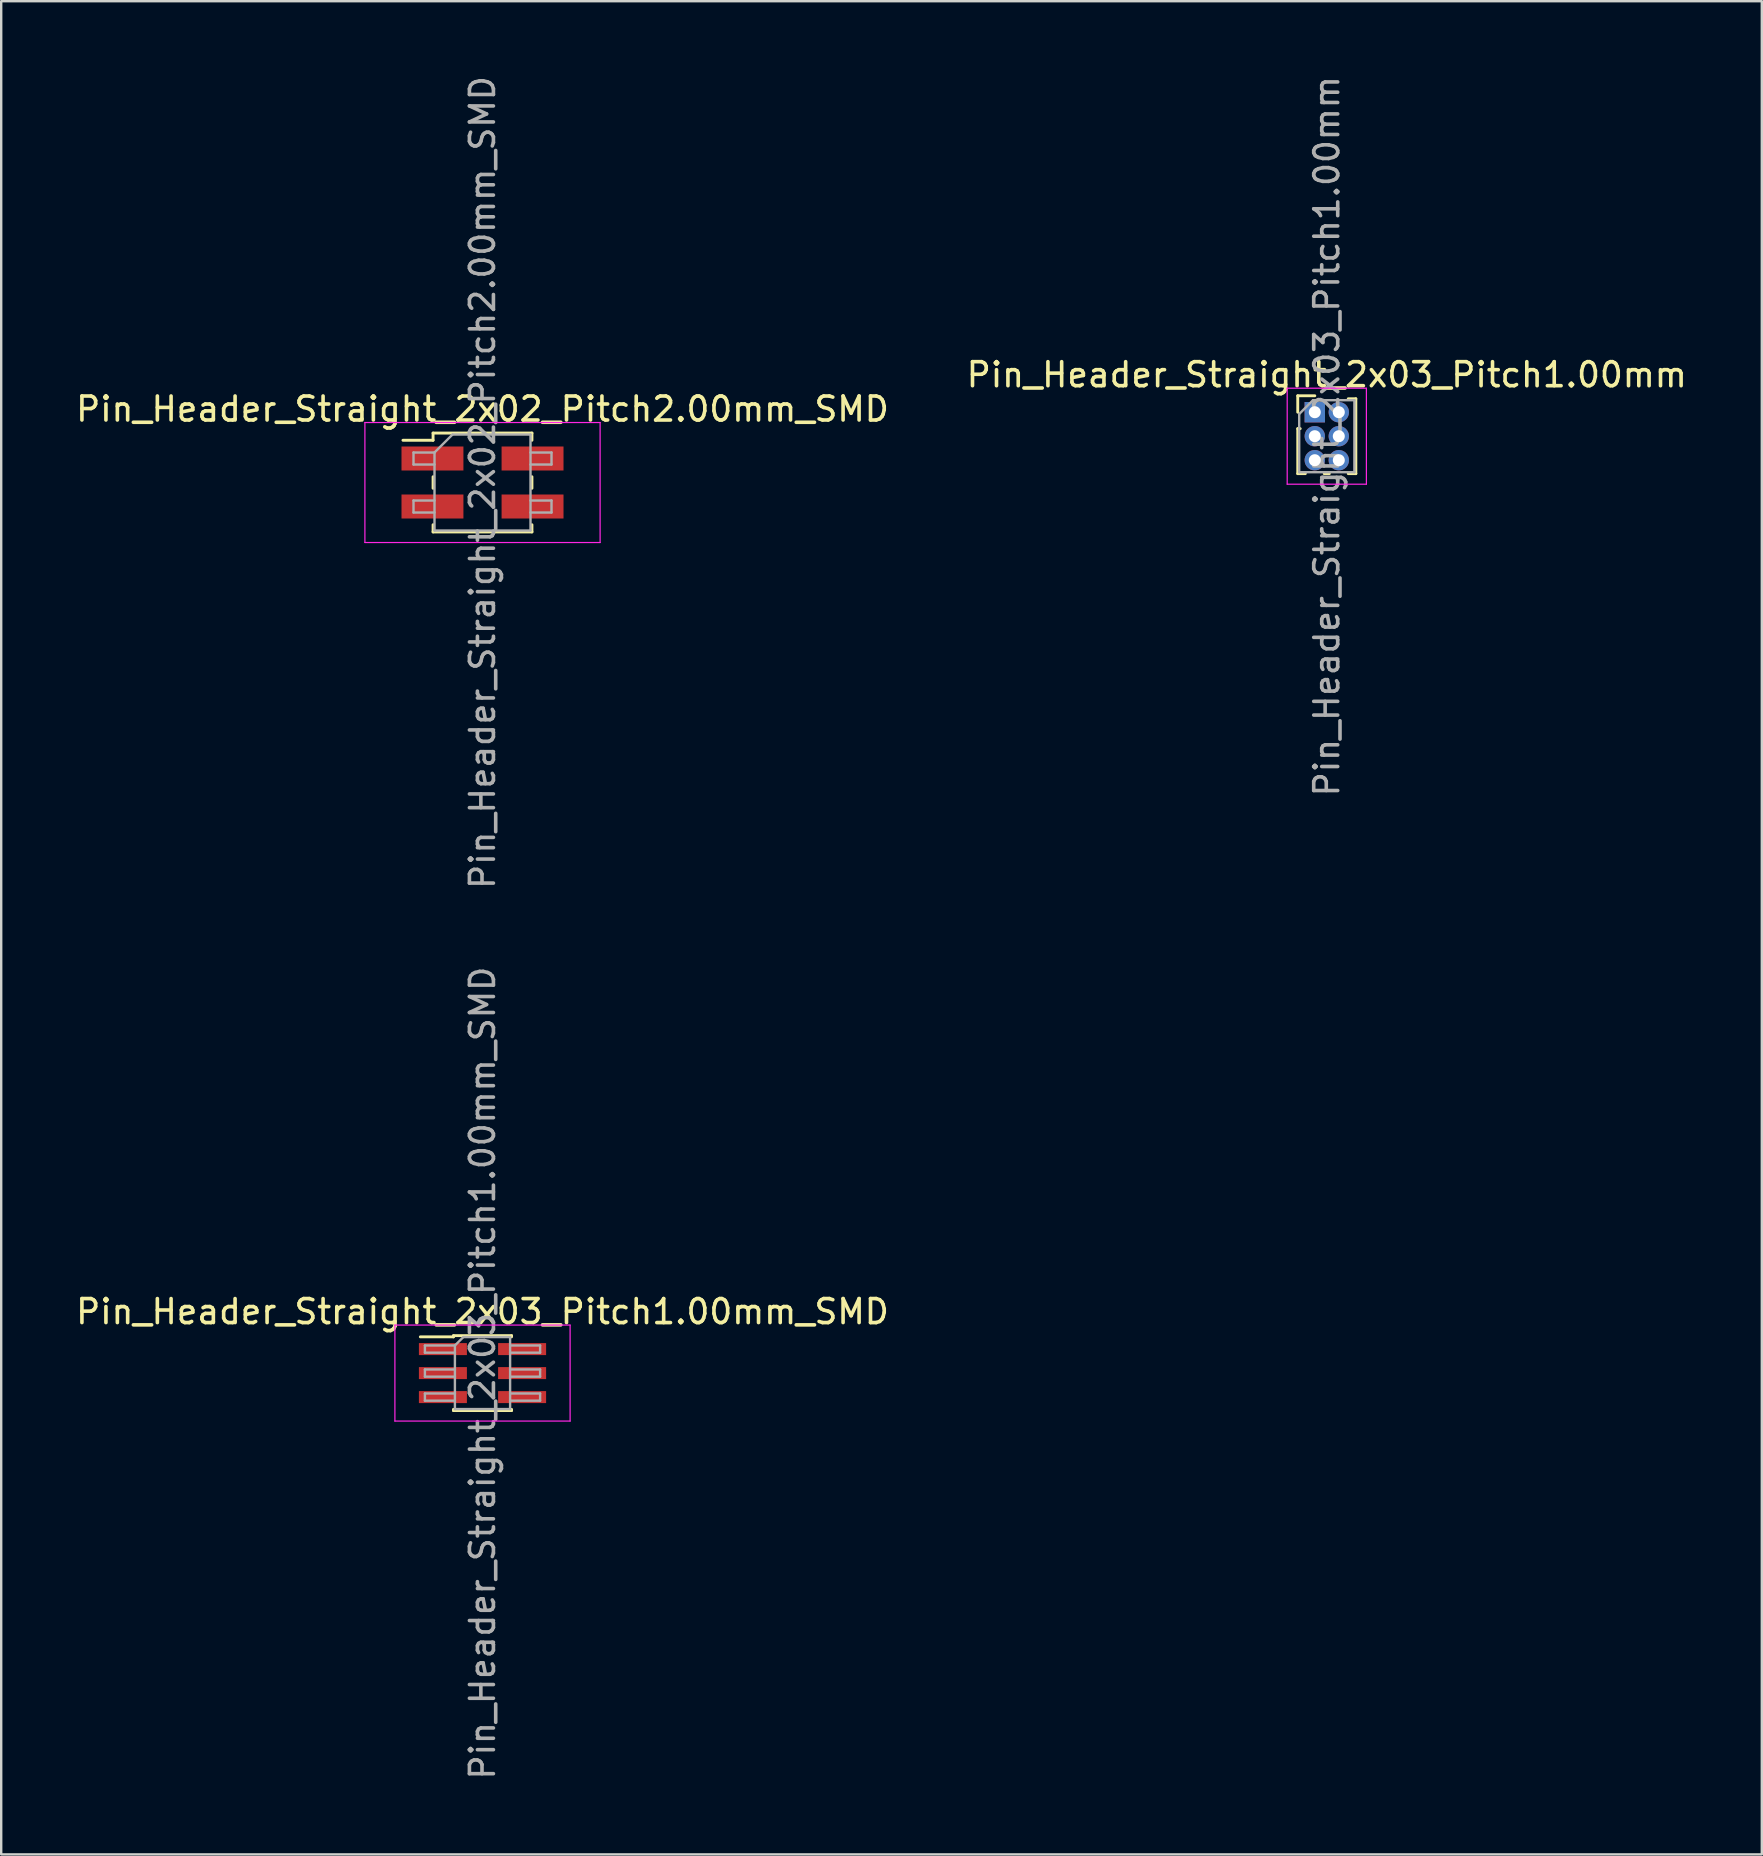
<source format=kicad_pcb>
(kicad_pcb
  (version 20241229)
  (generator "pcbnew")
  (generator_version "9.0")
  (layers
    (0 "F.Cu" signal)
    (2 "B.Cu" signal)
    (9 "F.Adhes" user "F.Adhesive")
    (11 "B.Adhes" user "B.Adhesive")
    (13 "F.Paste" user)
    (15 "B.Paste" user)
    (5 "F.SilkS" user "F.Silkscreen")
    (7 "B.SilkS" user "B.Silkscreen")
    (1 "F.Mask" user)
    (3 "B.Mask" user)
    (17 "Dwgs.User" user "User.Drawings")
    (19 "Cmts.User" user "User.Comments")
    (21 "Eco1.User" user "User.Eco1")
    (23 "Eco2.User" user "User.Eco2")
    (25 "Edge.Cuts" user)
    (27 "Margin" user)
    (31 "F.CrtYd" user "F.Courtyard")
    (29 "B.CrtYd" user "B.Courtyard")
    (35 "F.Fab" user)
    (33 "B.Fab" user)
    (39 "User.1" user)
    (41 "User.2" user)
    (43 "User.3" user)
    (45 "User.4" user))
  (footprint "Pin_Header_Straight_2x02_Pitch2.00mm_SMD"
    (layer "F.Cu")
    (at 17.054 17.054)
    (property "Reference" "Pin_Header_Straight_2x02_Pitch2.00mm_SMD" (at 0 -3.06 0) (layer "F.SilkS") (effects (font (size 1 1) (thickness 0.15))))
    (attr smd)
    (fp_line (start -3.315 -1.76) (end -2.06 -1.76) (stroke (width 0.12) (type solid)) (layer "F.SilkS"))
    (fp_line (start -2.06 -2.06) (end -2.06 -1.76) (stroke (width 0.12) (type solid)) (layer "F.SilkS"))
    (fp_line (start -2.06 -2.06) (end 2.06 -2.06) (stroke (width 0.12) (type solid)) (layer "F.SilkS"))
    (fp_line (start -2.06 -0.24) (end -2.06 0.24) (stroke (width 0.12) (type solid)) (layer "F.SilkS"))
    (fp_line (start -2.06 1.76) (end -2.06 2.06) (stroke (width 0.12) (type solid)) (layer "F.SilkS"))
    (fp_line (start -2.06 2.06) (end 2.06 2.06) (stroke (width 0.12) (type solid)) (layer "F.SilkS"))
    (fp_line (start 2.06 -2.06) (end 2.06 -1.76) (stroke (width 0.12) (type solid)) (layer "F.SilkS"))
    (fp_line (start 2.06 -0.24) (end 2.06 0.24) (stroke (width 0.12) (type solid)) (layer "F.SilkS"))
    (fp_line (start 2.06 1.76) (end 2.06 2.06) (stroke (width 0.12) (type solid)) (layer "F.SilkS"))
    (fp_line (start -4.9 -2.5) (end -4.9 2.5) (stroke (width 0.05) (type solid)) (layer "F.CrtYd"))
    (fp_line (start -4.9 2.5) (end 4.9 2.5) (stroke (width 0.05) (type solid)) (layer "F.CrtYd"))
    (fp_line (start 4.9 -2.5) (end -4.9 -2.5) (stroke (width 0.05) (type solid)) (layer "F.CrtYd"))
    (fp_line (start 4.9 2.5) (end 4.9 -2.5) (stroke (width 0.05) (type solid)) (layer "F.CrtYd"))
    (fp_line (start -2.875 -1.25) (end -2.875 -0.75) (stroke (width 0.1) (type solid)) (layer "F.Fab"))
    (fp_line (start -2.875 -0.75) (end -2 -0.75) (stroke (width 0.1) (type solid)) (layer "F.Fab"))
    (fp_line (start -2.875 0.75) (end -2.875 1.25) (stroke (width 0.1) (type solid)) (layer "F.Fab"))
    (fp_line (start -2.875 1.25) (end -2 1.25) (stroke (width 0.1) (type solid)) (layer "F.Fab"))
    (fp_line (start -2 -1.25) (end -2.875 -1.25) (stroke (width 0.1) (type solid)) (layer "F.Fab"))
    (fp_line (start -2 -1.25) (end -1.25 -2) (stroke (width 0.1) (type solid)) (layer "F.Fab"))
    (fp_line (start -2 0.75) (end -2.875 0.75) (stroke (width 0.1) (type solid)) (layer "F.Fab"))
    (fp_line (start -2 2) (end -2 -1.25) (stroke (width 0.1) (type solid)) (layer "F.Fab"))
    (fp_line (start -1.25 -2) (end 2 -2) (stroke (width 0.1) (type solid)) (layer "F.Fab"))
    (fp_line (start 2 -2) (end 2 2) (stroke (width 0.1) (type solid)) (layer "F.Fab"))
    (fp_line (start 2 -1.25) (end 2.875 -1.25) (stroke (width 0.1) (type solid)) (layer "F.Fab"))
    (fp_line (start 2 0.75) (end 2.875 0.75) (stroke (width 0.1) (type solid)) (layer "F.Fab"))
    (fp_line (start 2 2) (end -2 2) (stroke (width 0.1) (type solid)) (layer "F.Fab"))
    (fp_line (start 2.875 -1.25) (end 2.875 -0.75) (stroke (width 0.1) (type solid)) (layer "F.Fab"))
    (fp_line (start 2.875 -0.75) (end 2 -0.75) (stroke (width 0.1) (type solid)) (layer "F.Fab"))
    (fp_line (start 2.875 0.75) (end 2.875 1.25) (stroke (width 0.1) (type solid)) (layer "F.Fab"))
    (fp_line (start 2.875 1.25) (end 2 1.25) (stroke (width 0.1) (type solid)) (layer "F.Fab"))
    (fp_text user "${REFERENCE}" (at 0 0 90) (layer "F.Fab") (effects (font (size 1 1) (thickness 0.15))))
    (pad "1" smd rect (at -2.085 -1) (size 2.58 1) (layers "F.Cu" "F.Mask" "F.Paste"))
    (pad "2" smd rect (at 2.085 -1) (size 2.58 1) (layers "F.Cu" "F.Mask" "F.Paste"))
    (pad "3" smd rect (at -2.085 1) (size 2.58 1) (layers "F.Cu" "F.Mask" "F.Paste"))
    (pad "4" smd rect (at 2.085 1) (size 2.58 1) (layers "F.Cu" "F.Mask" "F.Paste")))
  (footprint "Pin_Header_Straight_2x03_Pitch1.00mm_SMD"
    (layer "F.Cu")
    (at 17.054 54.161)
    (property "Reference" "Pin_Header_Straight_2x03_Pitch1.00mm_SMD" (at 0 -2.56 0) (layer "F.SilkS") (effects (font (size 1 1) (thickness 0.15))))
    (attr smd)
    (fp_line (start -2.59 -1.51) (end -1.21 -1.51) (stroke (width 0.12) (type solid)) (layer "F.SilkS"))
    (fp_line (start -1.21 -1.56) (end -1.21 -1.51) (stroke (width 0.12) (type solid)) (layer "F.SilkS"))
    (fp_line (start -1.21 -1.56) (end 1.21 -1.56) (stroke (width 0.12) (type solid)) (layer "F.SilkS"))
    (fp_line (start -1.21 1.51) (end -1.21 1.56) (stroke (width 0.12) (type solid)) (layer "F.SilkS"))
    (fp_line (start -1.21 1.56) (end 1.21 1.56) (stroke (width 0.12) (type solid)) (layer "F.SilkS"))
    (fp_line (start 1.21 -1.56) (end 1.21 -1.51) (stroke (width 0.12) (type solid)) (layer "F.SilkS"))
    (fp_line (start 1.21 1.51) (end 1.21 1.56) (stroke (width 0.12) (type solid)) (layer "F.SilkS"))
    (fp_line (start -3.65 -2) (end -3.65 2) (stroke (width 0.05) (type solid)) (layer "F.CrtYd"))
    (fp_line (start -3.65 2) (end 3.65 2) (stroke (width 0.05) (type solid)) (layer "F.CrtYd"))
    (fp_line (start 3.65 -2) (end -3.65 -2) (stroke (width 0.05) (type solid)) (layer "F.CrtYd"))
    (fp_line (start 3.65 2) (end 3.65 -2) (stroke (width 0.05) (type solid)) (layer "F.CrtYd"))
    (fp_line (start -2.4 -1.15) (end -2.4 -0.85) (stroke (width 0.1) (type solid)) (layer "F.Fab"))
    (fp_line (start -2.4 -0.85) (end -1.15 -0.85) (stroke (width 0.1) (type solid)) (layer "F.Fab"))
    (fp_line (start -2.4 -0.15) (end -2.4 0.15) (stroke (width 0.1) (type solid)) (layer "F.Fab"))
    (fp_line (start -2.4 0.15) (end -1.15 0.15) (stroke (width 0.1) (type solid)) (layer "F.Fab"))
    (fp_line (start -2.4 0.85) (end -2.4 1.15) (stroke (width 0.1) (type solid)) (layer "F.Fab"))
    (fp_line (start -2.4 1.15) (end -1.15 1.15) (stroke (width 0.1) (type solid)) (layer "F.Fab"))
    (fp_line (start -1.15 -1.15) (end -2.4 -1.15) (stroke (width 0.1) (type solid)) (layer "F.Fab"))
    (fp_line (start -1.15 -1.15) (end -0.8 -1.5) (stroke (width 0.1) (type solid)) (layer "F.Fab"))
    (fp_line (start -1.15 -0.15) (end -2.4 -0.15) (stroke (width 0.1) (type solid)) (layer "F.Fab"))
    (fp_line (start -1.15 0.85) (end -2.4 0.85) (stroke (width 0.1) (type solid)) (layer "F.Fab"))
    (fp_line (start -1.15 1.5) (end -1.15 -1.15) (stroke (width 0.1) (type solid)) (layer "F.Fab"))
    (fp_line (start -0.8 -1.5) (end 1.15 -1.5) (stroke (width 0.1) (type solid)) (layer "F.Fab"))
    (fp_line (start 1.15 -1.5) (end 1.15 1.5) (stroke (width 0.1) (type solid)) (layer "F.Fab"))
    (fp_line (start 1.15 -1.15) (end 2.4 -1.15) (stroke (width 0.1) (type solid)) (layer "F.Fab"))
    (fp_line (start 1.15 -0.15) (end 2.4 -0.15) (stroke (width 0.1) (type solid)) (layer "F.Fab"))
    (fp_line (start 1.15 0.85) (end 2.4 0.85) (stroke (width 0.1) (type solid)) (layer "F.Fab"))
    (fp_line (start 1.15 1.5) (end -1.15 1.5) (stroke (width 0.1) (type solid)) (layer "F.Fab"))
    (fp_line (start 2.4 -1.15) (end 2.4 -0.85) (stroke (width 0.1) (type solid)) (layer "F.Fab"))
    (fp_line (start 2.4 -0.85) (end 1.15 -0.85) (stroke (width 0.1) (type solid)) (layer "F.Fab"))
    (fp_line (start 2.4 -0.15) (end 2.4 0.15) (stroke (width 0.1) (type solid)) (layer "F.Fab"))
    (fp_line (start 2.4 0.15) (end 1.15 0.15) (stroke (width 0.1) (type solid)) (layer "F.Fab"))
    (fp_line (start 2.4 0.85) (end 2.4 1.15) (stroke (width 0.1) (type solid)) (layer "F.Fab"))
    (fp_line (start 2.4 1.15) (end 1.15 1.15) (stroke (width 0.1) (type solid)) (layer "F.Fab"))
    (fp_text user "${REFERENCE}" (at 0 0 90) (layer "F.Fab") (effects (font (size 1 1) (thickness 0.15))))
    (pad "1" smd rect (at -1.65 -1) (size 2 0.5) (layers "F.Cu" "F.Mask" "F.Paste"))
    (pad "2" smd rect (at 1.65 -1) (size 2 0.5) (layers "F.Cu" "F.Mask" "F.Paste"))
    (pad "3" smd rect (at -1.65 0) (size 2 0.5) (layers "F.Cu" "F.Mask" "F.Paste"))
    (pad "4" smd rect (at 1.65 0) (size 2 0.5) (layers "F.Cu" "F.Mask" "F.Paste"))
    (pad "5" smd rect (at -1.65 1) (size 2 0.5) (layers "F.Cu" "F.Mask" "F.Paste"))
    (pad "6" smd rect (at 1.65 1) (size 2 0.5) (layers "F.Cu" "F.Mask" "F.Paste")))
  (footprint "Pin_Header_Straight_2x03_Pitch1.00mm"
    (layer "F.Cu")
    (at 51.732 14.125)
    (property "Reference" "Pin_Header_Straight_2x03_Pitch1.00mm" (at 0.5 -1.56 0) (layer "F.SilkS") (effects (font (size 1 1) (thickness 0.15))))
    (attr through_hole)
    (fp_line (start -0.71 -0.685) (end 0 -0.685) (stroke (width 0.12) (type solid)) (layer "F.SilkS"))
    (fp_line (start -0.71 0) (end -0.71 -0.685) (stroke (width 0.12) (type solid)) (layer "F.SilkS"))
    (fp_line (start -0.71 0.685) (end -0.71 2.56) (stroke (width 0.12) (type solid)) (layer "F.SilkS"))
    (fp_line (start -0.71 0.685) (end -0.608 0.685) (stroke (width 0.12) (type solid)) (layer "F.SilkS"))
    (fp_line (start -0.71 2.56) (end -0.394 2.56) (stroke (width 0.12) (type solid)) (layer "F.SilkS"))
    (fp_line (start 0.394 2.56) (end 0.606 2.56) (stroke (width 0.12) (type solid)) (layer "F.SilkS"))
    (fp_line (start 1.394 -0.56) (end 1.71 -0.56) (stroke (width 0.12) (type solid)) (layer "F.SilkS"))
    (fp_line (start 1.394 2.56) (end 1.71 2.56) (stroke (width 0.12) (type solid)) (layer "F.SilkS"))
    (fp_line (start 1.71 -0.56) (end 1.71 2.56) (stroke (width 0.12) (type solid)) (layer "F.SilkS"))
    (fp_line (start -1.15 -1) (end -1.15 3) (stroke (width 0.05) (type solid)) (layer "F.CrtYd"))
    (fp_line (start -1.15 3) (end 2.15 3) (stroke (width 0.05) (type solid)) (layer "F.CrtYd"))
    (fp_line (start 2.15 -1) (end -1.15 -1) (stroke (width 0.05) (type solid)) (layer "F.CrtYd"))
    (fp_line (start 2.15 3) (end 2.15 -1) (stroke (width 0.05) (type solid)) (layer "F.CrtYd"))
    (fp_line (start -0.65 0.075) (end -0.075 -0.5) (stroke (width 0.1) (type solid)) (layer "F.Fab"))
    (fp_line (start -0.65 2.5) (end -0.65 0.075) (stroke (width 0.1) (type solid)) (layer "F.Fab"))
    (fp_line (start -0.075 -0.5) (end 1.65 -0.5) (stroke (width 0.1) (type solid)) (layer "F.Fab"))
    (fp_line (start 1.65 -0.5) (end 1.65 2.5) (stroke (width 0.1) (type solid)) (layer "F.Fab"))
    (fp_line (start 1.65 2.5) (end -0.65 2.5) (stroke (width 0.1) (type solid)) (layer "F.Fab"))
    (fp_text user "${REFERENCE}" (at 0.5 1 90) (layer "F.Fab") (effects (font (size 1 1) (thickness 0.15))))
    (pad "1" thru_hole rect (at 0 0) (size 0.85 0.85) (drill 0.5) (layers "*.Cu" "*.Mask"))
    (pad "2" thru_hole oval (at 1 0) (size 0.85 0.85) (drill 0.5) (layers "*.Cu" "*.Mask"))
    (pad "3" thru_hole oval (at 0 1) (size 0.85 0.85) (drill 0.5) (layers "*.Cu" "*.Mask"))
    (pad "4" thru_hole oval (at 1 1) (size 0.85 0.85) (drill 0.5) (layers "*.Cu" "*.Mask"))
    (pad "5" thru_hole oval (at 0 2) (size 0.85 0.85) (drill 0.5) (layers "*.Cu" "*.Mask"))
    (pad "6" thru_hole oval (at 1 2) (size 0.85 0.85) (drill 0.5) (layers "*.Cu" "*.Mask")))
  (gr_rect
    (start -3 -3)
    (end 70.357 74.214)
    (stroke (width 0.1) (type default))
    (fill no)
    (layer "Edge.Cuts")))
</source>
